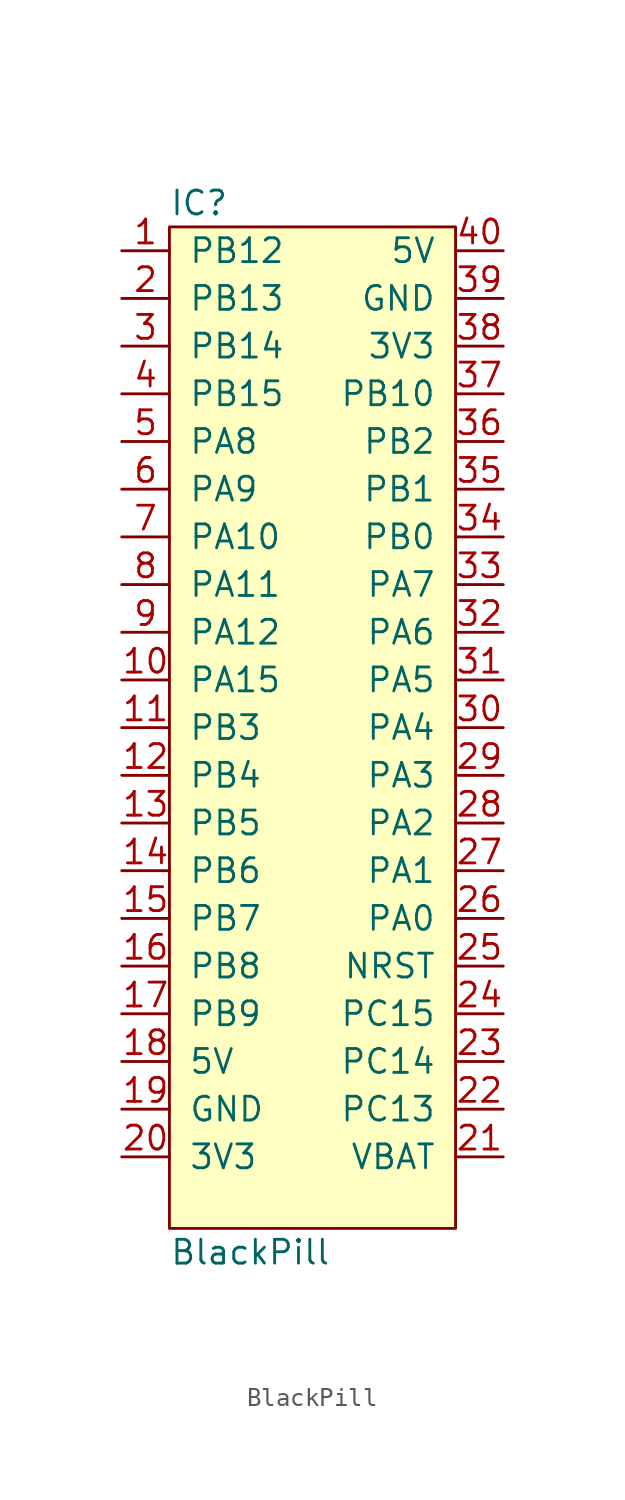
<source format=kicad_sym>
(kicad_symbol_lib
  (version 20211014)
  (generator agg_kicad.build_lib_ic)
  (symbol BlackPill
    (pin_names
      (offset 1.016))
    (property Reference IC
      (at -7.62 27.94 0)
      (effects (font (size 1.27 1.27)) (justify left)))
    (property Value BlackPill
      (at -7.62 -27.94 0)
      (effects (font (size 1.27 1.27)) (justify left)))
    (symbol "BlackPill_0_0"
      (rectangle (start -7.62 26.67) (end 7.62 -26.67) (stroke (width 0) (type default) (color 0 0 0 0)) (fill (type background)))
      (pin bidirectional line (at -10.16 25.4 0) (length 2.54) (name "PB12" (effects (font (size 1.27 1.27)))) (number "1" (effects (font (size 1.27 1.27)))))
      (pin bidirectional line (at -10.16 22.86 0) (length 2.54) (name "PB13" (effects (font (size 1.27 1.27)))) (number "2" (effects (font (size 1.27 1.27)))))
      (pin bidirectional line (at -10.16 20.32 0) (length 2.54) (name "PB14" (effects (font (size 1.27 1.27)))) (number "3" (effects (font (size 1.27 1.27)))))
      (pin bidirectional line (at -10.16 17.78 0) (length 2.54) (name "PB15" (effects (font (size 1.27 1.27)))) (number "4" (effects (font (size 1.27 1.27)))))
      (pin bidirectional line (at -10.16 15.24 0) (length 2.54) (name "PA8" (effects (font (size 1.27 1.27)))) (number "5" (effects (font (size 1.27 1.27)))))
      (pin bidirectional line (at -10.16 12.7 0) (length 2.54) (name "PA9" (effects (font (size 1.27 1.27)))) (number "6" (effects (font (size 1.27 1.27)))))
      (pin bidirectional line (at -10.16 10.16 0) (length 2.54) (name "PA10" (effects (font (size 1.27 1.27)))) (number "7" (effects (font (size 1.27 1.27)))))
      (pin bidirectional line (at -10.16 7.62 0) (length 2.54) (name "PA11" (effects (font (size 1.27 1.27)))) (number "8" (effects (font (size 1.27 1.27)))))
      (pin bidirectional line (at -10.16 5.08 0) (length 2.54) (name "PA12" (effects (font (size 1.27 1.27)))) (number "9" (effects (font (size 1.27 1.27)))))
      (pin bidirectional line (at -10.16 2.54 0) (length 2.54) (name "PA15" (effects (font (size 1.27 1.27)))) (number "10" (effects (font (size 1.27 1.27)))))
      (pin bidirectional line (at -10.16 0 0) (length 2.54) (name "PB3" (effects (font (size 1.27 1.27)))) (number "11" (effects (font (size 1.27 1.27)))))
      (pin bidirectional line (at -10.16 -2.54 0) (length 2.54) (name "PB4" (effects (font (size 1.27 1.27)))) (number "12" (effects (font (size 1.27 1.27)))))
      (pin bidirectional line (at -10.16 -5.08 0) (length 2.54) (name "PB5" (effects (font (size 1.27 1.27)))) (number "13" (effects (font (size 1.27 1.27)))))
      (pin bidirectional line (at -10.16 -7.62 0) (length 2.54) (name "PB6" (effects (font (size 1.27 1.27)))) (number "14" (effects (font (size 1.27 1.27)))))
      (pin bidirectional line (at -10.16 -10.16 0) (length 2.54) (name "PB7" (effects (font (size 1.27 1.27)))) (number "15" (effects (font (size 1.27 1.27)))))
      (pin bidirectional line (at -10.16 -12.7 0) (length 2.54) (name "PB8" (effects (font (size 1.27 1.27)))) (number "16" (effects (font (size 1.27 1.27)))))
      (pin bidirectional line (at -10.16 -15.24 0) (length 2.54) (name "PB9" (effects (font (size 1.27 1.27)))) (number "17" (effects (font (size 1.27 1.27)))))
      (pin passive line (at -10.16 -17.78 0) (length 2.54) (name "5V" (effects (font (size 1.27 1.27)))) (number "18" (effects (font (size 1.27 1.27)))))
      (pin passive line (at -10.16 -20.32 0) (length 2.54) (name GND (effects (font (size 1.27 1.27)))) (number "19" (effects (font (size 1.27 1.27)))))
      (pin passive line (at -10.16 -22.86 0) (length 2.54) (name "3V3" (effects (font (size 1.27 1.27)))) (number "20" (effects (font (size 1.27 1.27)))))
      (pin passive line (at 10.16 25.4 180) (length 2.54) (name "5V" (effects (font (size 1.27 1.27)))) (number "40" (effects (font (size 1.27 1.27)))))
      (pin power_out line (at 10.16 22.86 180) (length 2.54) (name GND (effects (font (size 1.27 1.27)))) (number "39" (effects (font (size 1.27 1.27)))))
      (pin power_out line (at 10.16 20.32 180) (length 2.54) (name "3V3" (effects (font (size 1.27 1.27)))) (number "38" (effects (font (size 1.27 1.27)))))
      (pin bidirectional line (at 10.16 17.78 180) (length 2.54) (name "PB10" (effects (font (size 1.27 1.27)))) (number "37" (effects (font (size 1.27 1.27)))))
      (pin bidirectional line (at 10.16 15.24 180) (length 2.54) (name "PB2" (effects (font (size 1.27 1.27)))) (number "36" (effects (font (size 1.27 1.27)))))
      (pin bidirectional line (at 10.16 12.7 180) (length 2.54) (name "PB1" (effects (font (size 1.27 1.27)))) (number "35" (effects (font (size 1.27 1.27)))))
      (pin bidirectional line (at 10.16 10.16 180) (length 2.54) (name "PB0" (effects (font (size 1.27 1.27)))) (number "34" (effects (font (size 1.27 1.27)))))
      (pin bidirectional line (at 10.16 7.62 180) (length 2.54) (name "PA7" (effects (font (size 1.27 1.27)))) (number "33" (effects (font (size 1.27 1.27)))))
      (pin bidirectional line (at 10.16 5.08 180) (length 2.54) (name "PA6" (effects (font (size 1.27 1.27)))) (number "32" (effects (font (size 1.27 1.27)))))
      (pin bidirectional line (at 10.16 2.54 180) (length 2.54) (name "PA5" (effects (font (size 1.27 1.27)))) (number "31" (effects (font (size 1.27 1.27)))))
      (pin bidirectional line (at 10.16 0 180) (length 2.54) (name "PA4" (effects (font (size 1.27 1.27)))) (number "30" (effects (font (size 1.27 1.27)))))
      (pin bidirectional line (at 10.16 -2.54 180) (length 2.54) (name "PA3" (effects (font (size 1.27 1.27)))) (number "29" (effects (font (size 1.27 1.27)))))
      (pin bidirectional line (at 10.16 -5.08 180) (length 2.54) (name "PA2" (effects (font (size 1.27 1.27)))) (number "28" (effects (font (size 1.27 1.27)))))
      (pin bidirectional line (at 10.16 -7.62 180) (length 2.54) (name "PA1" (effects (font (size 1.27 1.27)))) (number "27" (effects (font (size 1.27 1.27)))))
      (pin bidirectional line (at 10.16 -10.16 180) (length 2.54) (name "PA0" (effects (font (size 1.27 1.27)))) (number "26" (effects (font (size 1.27 1.27)))))
      (pin input line (at 10.16 -12.7 180) (length 2.54) (name NRST (effects (font (size 1.27 1.27)))) (number "25" (effects (font (size 1.27 1.27)))))
      (pin bidirectional line (at 10.16 -15.24 180) (length 2.54) (name "PC15" (effects (font (size 1.27 1.27)))) (number "24" (effects (font (size 1.27 1.27)))))
      (pin bidirectional line (at 10.16 -17.78 180) (length 2.54) (name "PC14" (effects (font (size 1.27 1.27)))) (number "23" (effects (font (size 1.27 1.27)))))
      (pin bidirectional line (at 10.16 -20.32 180) (length 2.54) (name "PC13" (effects (font (size 1.27 1.27)))) (number "22" (effects (font (size 1.27 1.27)))))
      (pin power_in line (at 10.16 -22.86 180) (length 2.54) (name VBAT (effects (font (size 1.27 1.27)))) (number "21" (effects (font (size 1.27 1.27))))))))
</source>
